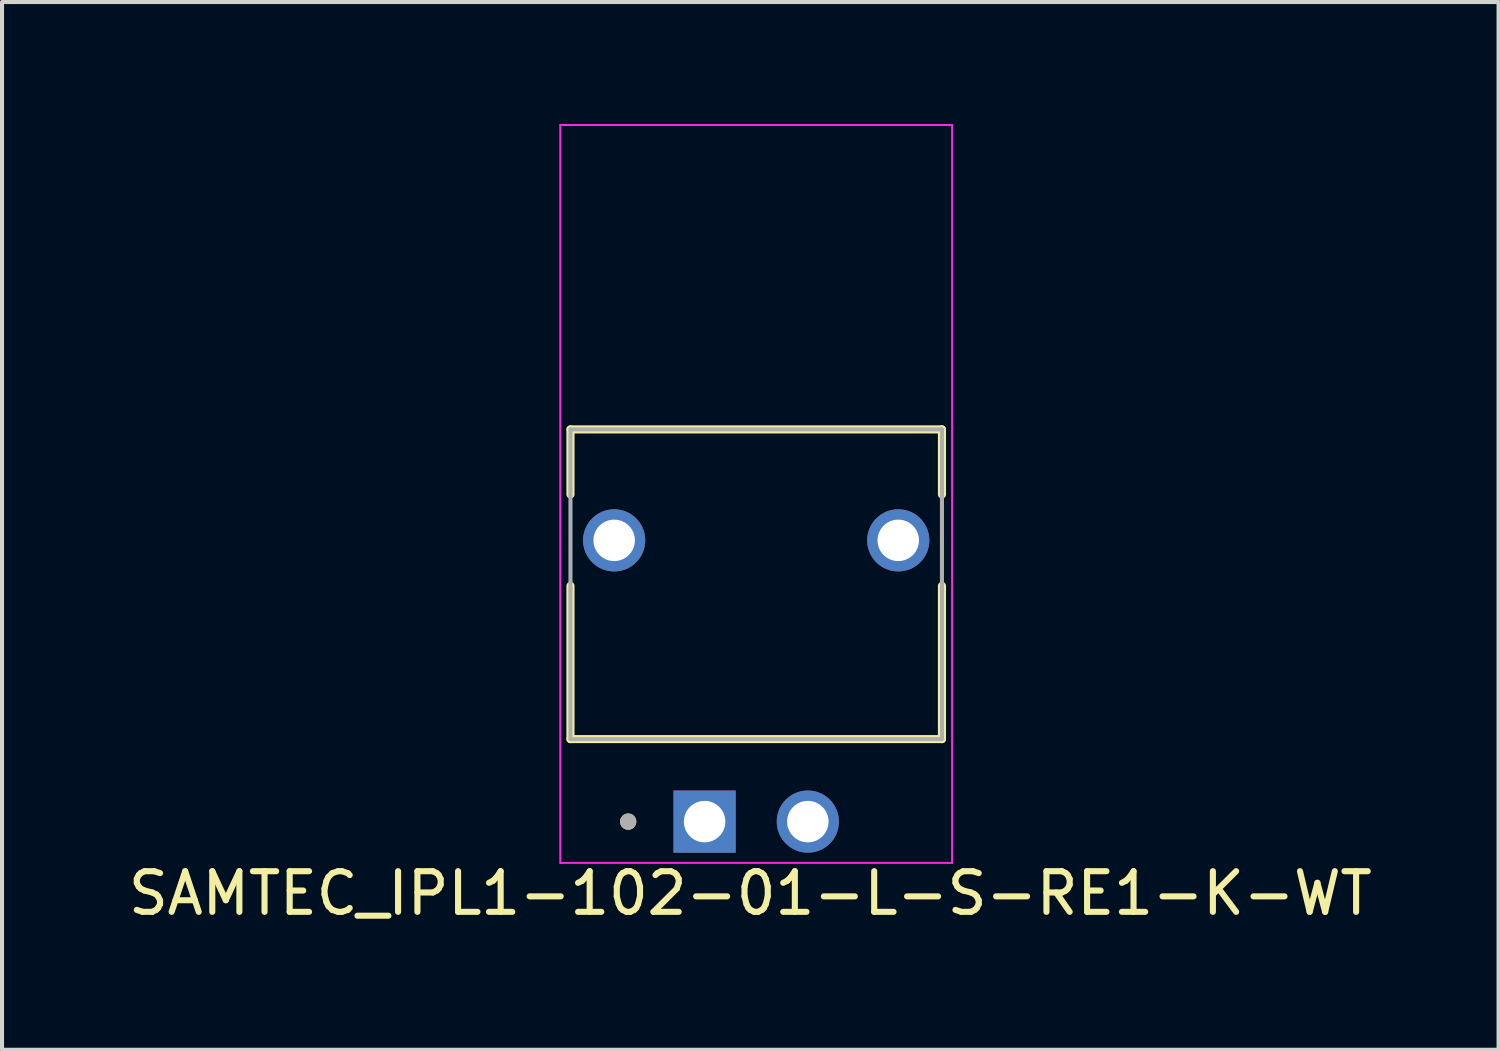
<source format=kicad_pcb>
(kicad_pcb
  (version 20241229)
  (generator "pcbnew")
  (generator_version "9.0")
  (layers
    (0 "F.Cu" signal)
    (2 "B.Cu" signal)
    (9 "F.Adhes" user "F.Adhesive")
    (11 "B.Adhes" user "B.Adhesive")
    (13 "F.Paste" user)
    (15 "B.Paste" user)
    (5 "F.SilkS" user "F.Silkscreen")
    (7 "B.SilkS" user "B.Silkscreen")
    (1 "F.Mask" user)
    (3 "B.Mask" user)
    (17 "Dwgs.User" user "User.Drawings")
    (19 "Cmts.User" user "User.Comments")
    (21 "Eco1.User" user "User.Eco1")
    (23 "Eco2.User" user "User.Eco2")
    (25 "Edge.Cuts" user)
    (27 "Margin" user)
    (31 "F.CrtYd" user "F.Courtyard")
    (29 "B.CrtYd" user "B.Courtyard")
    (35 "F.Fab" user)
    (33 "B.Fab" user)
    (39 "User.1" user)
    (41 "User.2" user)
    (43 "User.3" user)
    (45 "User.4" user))
  (footprint "SAMTEC_IPL1-102-01-L-S-RE1-K-WT"
    (layer "F.Cu")
    (at 15.556 17.165)
    (property "Reference" "SAMTEC_IPL1-102-01-L-S-RE1-K-WT" (at -0.145 1.765 0) (layer "F.SilkS") (effects (font (size 1 1) (thickness 0.15))))
    (attr through_hole)
    (fp_line (start -4.57 -9.65) (end -4.57 -8.05) (stroke (width 0.2) (type solid)) (layer "F.SilkS"))
    (fp_line (start -4.57 -5.8) (end -4.57 -2.03) (stroke (width 0.2) (type solid)) (layer "F.SilkS"))
    (fp_line (start -4.57 -2.03) (end 4.57 -2.03) (stroke (width 0.2) (type solid)) (layer "F.SilkS"))
    (fp_line (start 4.57 -9.65) (end -4.57 -9.65) (stroke (width 0.2) (type solid)) (layer "F.SilkS"))
    (fp_line (start 4.57 -8.05) (end 4.57 -9.65) (stroke (width 0.2) (type solid)) (layer "F.SilkS"))
    (fp_line (start 4.57 -2.03) (end 4.57 -5.8) (stroke (width 0.2) (type solid)) (layer "F.SilkS"))
    (fp_circle (center -3.15 0) (end -3.05 0) (stroke (width 0.2) (type solid)) (fill no) (layer "F.SilkS"))
    (fp_line (start -4.82 -17.14) (end 4.82 -17.14) (stroke (width 0.05) (type solid)) (layer "F.CrtYd"))
    (fp_line (start -4.82 1.015) (end -4.82 -17.14) (stroke (width 0.05) (type solid)) (layer "F.CrtYd"))
    (fp_line (start 4.82 -17.14) (end 4.82 1.015) (stroke (width 0.05) (type solid)) (layer "F.CrtYd"))
    (fp_line (start 4.82 1.015) (end -4.82 1.015) (stroke (width 0.05) (type solid)) (layer "F.CrtYd"))
    (fp_line (start -4.57 -9.65) (end -4.57 -2.03) (stroke (width 0.1) (type solid)) (layer "F.Fab"))
    (fp_line (start -4.57 -2.03) (end 4.57 -2.03) (stroke (width 0.1) (type solid)) (layer "F.Fab"))
    (fp_line (start 4.57 -9.65) (end -4.57 -9.65) (stroke (width 0.1) (type solid)) (layer "F.Fab"))
    (fp_line (start 4.57 -2.03) (end 4.57 -9.65) (stroke (width 0.1) (type solid)) (layer "F.Fab"))
    (fp_circle (center -3.15 0) (end -3.05 0) (stroke (width 0.2) (type solid)) (fill no) (layer "F.Fab"))
    (pad "01" thru_hole rect (at -1.27 0) (size 1.53 1.53) (drill 1.02) (layers "*.Cu" "*.Mask"))
    (pad "02" thru_hole circle (at 1.27 0) (size 1.53 1.53) (drill 1.02) (layers "*.Cu" "*.Mask"))
    (pad "S1" thru_hole circle (at -3.495 -6.92) (size 1.53 1.53) (drill 1.02) (layers "*.Cu" "*.Mask"))
    (pad "S2" thru_hole circle (at 3.495 -6.92) (size 1.53 1.53) (drill 1.02) (layers "*.Cu" "*.Mask")))
  (gr_rect
    (start -3 -3)
    (end 33.821 22.778)
    (stroke (width 0.1) (type default))
    (fill no)
    (layer "Edge.Cuts")))
</source>
